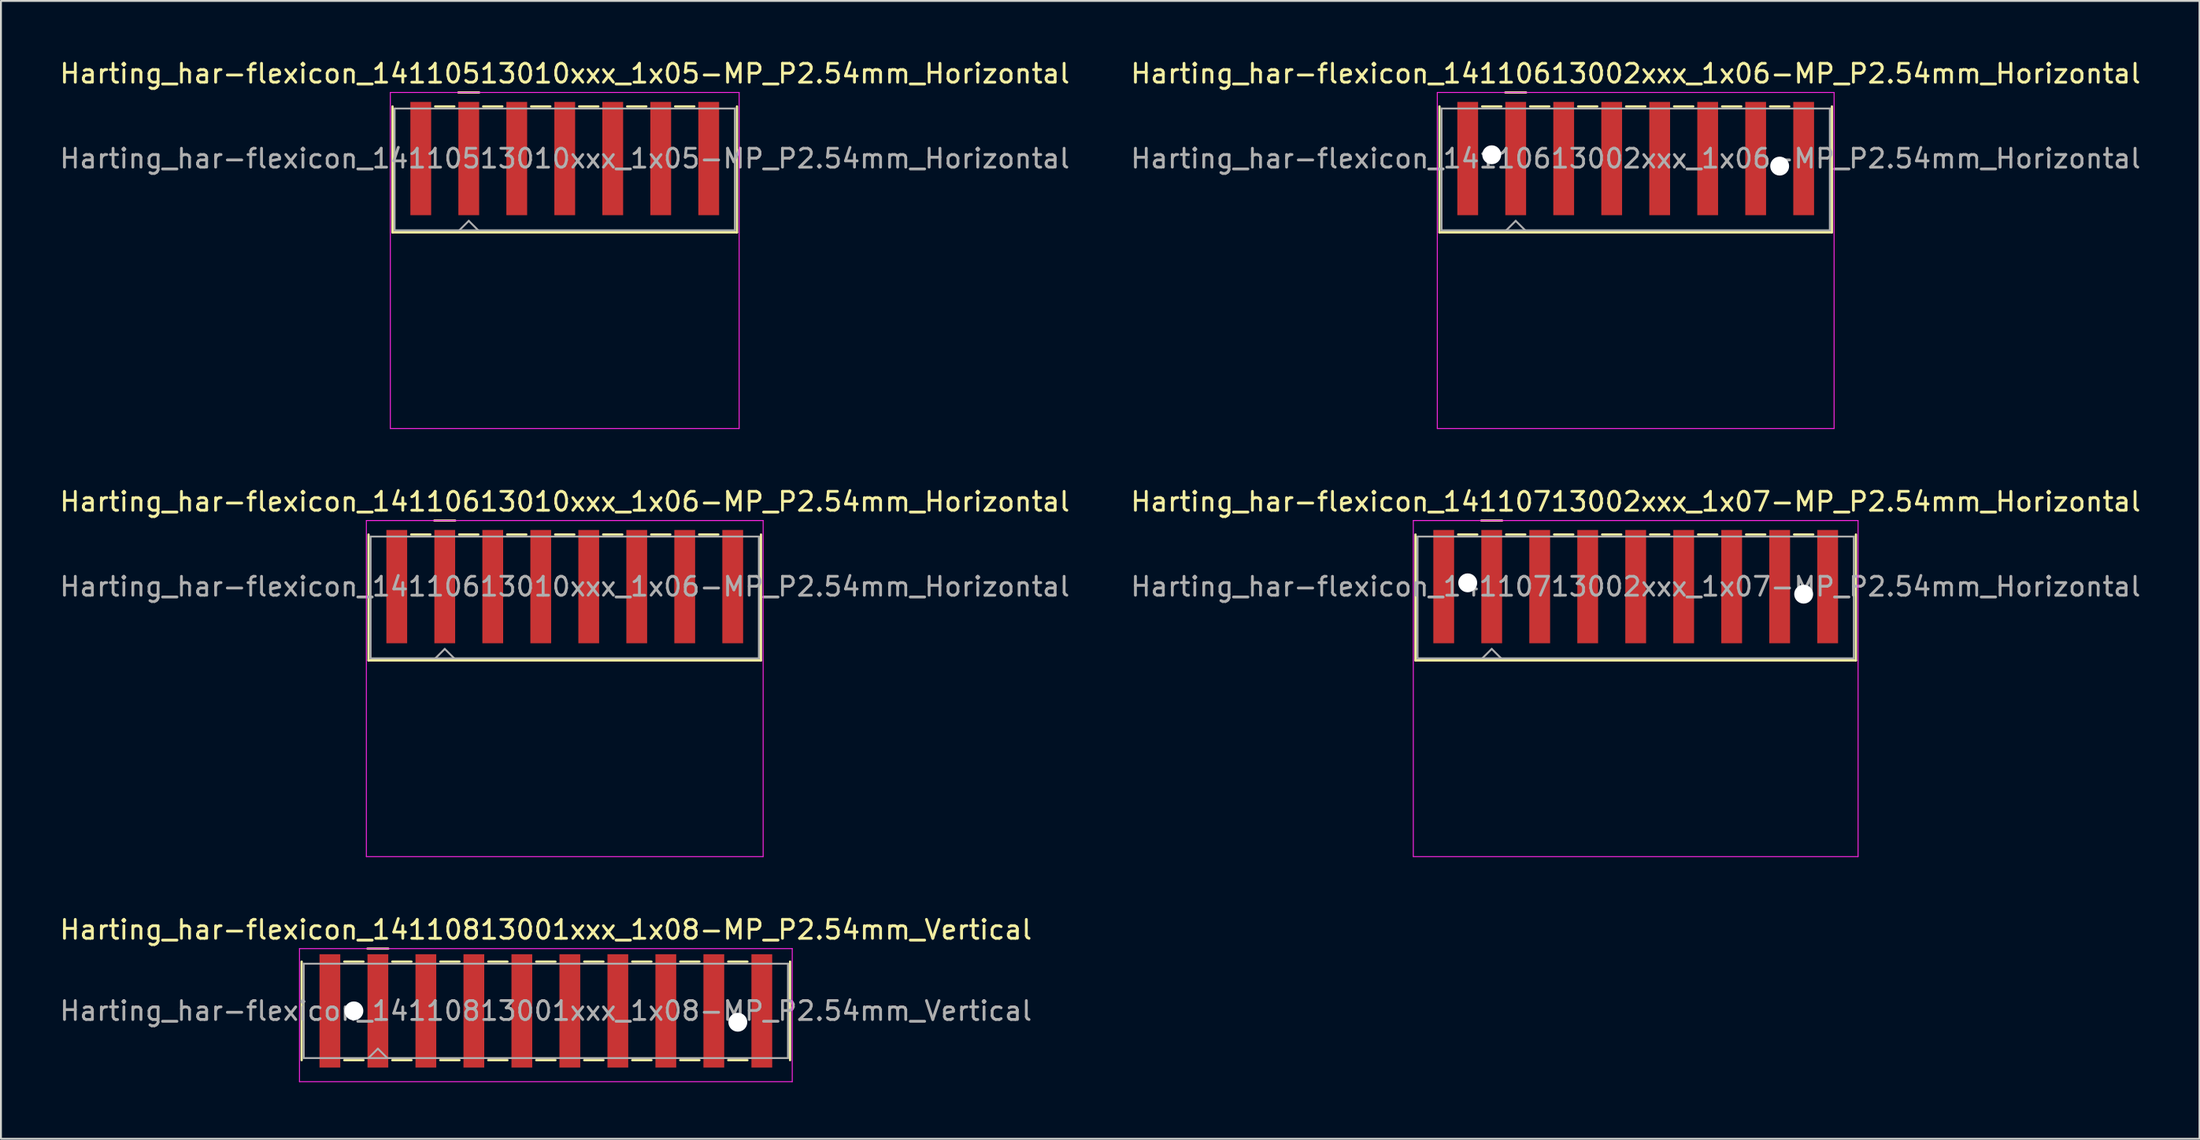
<source format=kicad_pcb>
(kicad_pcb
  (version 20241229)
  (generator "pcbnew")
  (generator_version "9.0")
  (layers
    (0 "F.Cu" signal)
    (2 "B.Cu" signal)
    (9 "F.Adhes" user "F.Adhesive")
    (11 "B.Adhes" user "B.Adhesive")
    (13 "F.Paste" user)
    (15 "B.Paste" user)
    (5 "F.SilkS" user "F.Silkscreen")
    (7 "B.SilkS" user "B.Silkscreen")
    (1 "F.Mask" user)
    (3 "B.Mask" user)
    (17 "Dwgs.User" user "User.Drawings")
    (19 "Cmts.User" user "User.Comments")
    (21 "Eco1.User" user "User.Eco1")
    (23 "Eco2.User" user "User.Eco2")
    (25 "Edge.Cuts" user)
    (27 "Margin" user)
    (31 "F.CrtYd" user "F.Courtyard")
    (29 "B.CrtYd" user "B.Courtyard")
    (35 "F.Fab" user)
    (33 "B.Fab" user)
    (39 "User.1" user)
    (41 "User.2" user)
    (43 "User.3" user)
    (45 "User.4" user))
  (footprint "Harting_har-flexicon_14110813001xxx_1x08-MP_P2.54mm_Vertical"
    (layer "F.Cu")
    (at 25.839 50.495)
    (property "Reference" "Harting_har-flexicon_14110813001xxx_1x08-MP_P2.54mm_Vertical" (at 0 -4.3 0) (layer "F.SilkS") (effects (font (size 1 1) (thickness 0.15))))
    (attr smd)
    (fp_line (start -12.925 -2.61) (end -12.925 2.61) (stroke (width 0.12) (type solid)) (layer "F.SilkS"))
    (fp_line (start -10.668 -2.61) (end -9.652 -2.61) (stroke (width 0.12) (type solid)) (layer "F.SilkS"))
    (fp_line (start -10.668 2.61) (end -9.652 2.61) (stroke (width 0.12) (type solid)) (layer "F.SilkS"))
    (fp_line (start -9.44 -3.3) (end -8.34 -3.3) (stroke (width 0.12) (type solid)) (layer "F.SilkS"))
    (fp_line (start -8.128 -2.61) (end -7.112 -2.61) (stroke (width 0.12) (type solid)) (layer "F.SilkS"))
    (fp_line (start -8.128 2.61) (end -7.112 2.61) (stroke (width 0.12) (type solid)) (layer "F.SilkS"))
    (fp_line (start -5.588 -2.61) (end -4.572 -2.61) (stroke (width 0.12) (type solid)) (layer "F.SilkS"))
    (fp_line (start -5.588 2.61) (end -4.572 2.61) (stroke (width 0.12) (type solid)) (layer "F.SilkS"))
    (fp_line (start -3.048 -2.61) (end -2.032 -2.61) (stroke (width 0.12) (type solid)) (layer "F.SilkS"))
    (fp_line (start -3.048 2.61) (end -2.032 2.61) (stroke (width 0.12) (type solid)) (layer "F.SilkS"))
    (fp_line (start -0.508 -2.61) (end 0.508 -2.61) (stroke (width 0.12) (type solid)) (layer "F.SilkS"))
    (fp_line (start -0.508 2.61) (end 0.508 2.61) (stroke (width 0.12) (type solid)) (layer "F.SilkS"))
    (fp_line (start 2.032 -2.61) (end 3.048 -2.61) (stroke (width 0.12) (type solid)) (layer "F.SilkS"))
    (fp_line (start 2.032 2.61) (end 3.048 2.61) (stroke (width 0.12) (type solid)) (layer "F.SilkS"))
    (fp_line (start 4.572 -2.61) (end 5.588 -2.61) (stroke (width 0.12) (type solid)) (layer "F.SilkS"))
    (fp_line (start 4.572 2.61) (end 5.588 2.61) (stroke (width 0.12) (type solid)) (layer "F.SilkS"))
    (fp_line (start 7.112 -2.61) (end 8.128 -2.61) (stroke (width 0.12) (type solid)) (layer "F.SilkS"))
    (fp_line (start 7.112 2.61) (end 8.128 2.61) (stroke (width 0.12) (type solid)) (layer "F.SilkS"))
    (fp_line (start 9.652 -2.61) (end 10.668 -2.61) (stroke (width 0.12) (type solid)) (layer "F.SilkS"))
    (fp_line (start 9.652 2.61) (end 10.668 2.61) (stroke (width 0.12) (type solid)) (layer "F.SilkS"))
    (fp_line (start 12.925 -2.61) (end 12.925 2.61) (stroke (width 0.12) (type solid)) (layer "F.SilkS"))
    (fp_line (start -13.04 -3.3) (end -13.04 3.75) (stroke (width 0.05) (type solid)) (layer "F.CrtYd"))
    (fp_line (start -13.04 3.75) (end 13.04 3.75) (stroke (width 0.05) (type solid)) (layer "F.CrtYd"))
    (fp_line (start 13.04 -3.3) (end -13.04 -3.3) (stroke (width 0.05) (type solid)) (layer "F.CrtYd"))
    (fp_line (start 13.04 3.75) (end 13.04 -3.3) (stroke (width 0.05) (type solid)) (layer "F.CrtYd"))
    (fp_line (start -12.815 -2.5) (end -12.815 2.5) (stroke (width 0.1) (type solid)) (layer "F.Fab"))
    (fp_line (start -12.815 2.5) (end 12.815 2.5) (stroke (width 0.1) (type solid)) (layer "F.Fab"))
    (fp_line (start -9.39 2.5) (end -8.89 2) (stroke (width 0.1) (type solid)) (layer "F.Fab"))
    (fp_line (start -8.89 2) (end -8.39 2.5) (stroke (width 0.1) (type solid)) (layer "F.Fab"))
    (fp_line (start 12.815 -2.5) (end -12.815 -2.5) (stroke (width 0.1) (type solid)) (layer "F.Fab"))
    (fp_line (start 12.815 2.5) (end 12.815 -2.5) (stroke (width 0.1) (type solid)) (layer "F.Fab"))
    (fp_text user "${REFERENCE}" (at 0 0 0) (layer "F.Fab") (effects (font (size 1 1) (thickness 0.15))))
    (pad "" np_thru_hole circle (at -10.16 0) (size 1 1) (drill 1) (layers "*.Cu" "*.Mask"))
    (pad "" np_thru_hole circle (at 10.16 0.6) (size 1 1) (drill 1) (layers "*.Cu" "*.Mask"))
    (pad "1" smd rect (at -8.89 0) (size 1.1 6) (layers "F.Cu" "F.Mask" "F.Paste"))
    (pad "2" smd rect (at -6.35 0) (size 1.1 6) (layers "F.Cu" "F.Mask" "F.Paste"))
    (pad "3" smd rect (at -3.81 0) (size 1.1 6) (layers "F.Cu" "F.Mask" "F.Paste"))
    (pad "4" smd rect (at -1.27 0) (size 1.1 6) (layers "F.Cu" "F.Mask" "F.Paste"))
    (pad "5" smd rect (at 1.27 0) (size 1.1 6) (layers "F.Cu" "F.Mask" "F.Paste"))
    (pad "6" smd rect (at 3.81 0) (size 1.1 6) (layers "F.Cu" "F.Mask" "F.Paste"))
    (pad "7" smd rect (at 6.35 0) (size 1.1 6) (layers "F.Cu" "F.Mask" "F.Paste"))
    (pad "8" smd rect (at 8.89 0) (size 1.1 6) (layers "F.Cu" "F.Mask" "F.Paste"))
    (pad "MP" smd rect (at -11.43 0) (size 1.1 6) (layers "F.Cu" "F.Mask" "F.Paste"))
    (pad "MP" smd rect (at 11.43 0) (size 1.1 6) (layers "F.Cu" "F.Mask" "F.Paste")))
  (footprint "Harting_har-flexicon_14110513010xxx_1x05-MP_P2.54mm_Horizontal"
    (layer "F.Cu")
    (at 26.839 6.648)
    (property "Reference" "Harting_har-flexicon_14110513010xxx_1x05-MP_P2.54mm_Horizontal" (at 0 -5.8 0) (layer "F.SilkS") (effects (font (size 1 1) (thickness 0.15))))
    (attr smd)
    (fp_line (start -9.115 -4.06) (end -9.115 2.61) (stroke (width 0.12) (type solid)) (layer "F.SilkS"))
    (fp_line (start -6.858 -4.06) (end -5.842 -4.06) (stroke (width 0.12) (type solid)) (layer "F.SilkS"))
    (fp_line (start -5.63 -4.8) (end -4.53 -4.8) (stroke (width 0.12) (type solid)) (layer "F.SilkS"))
    (fp_line (start -4.318 -4.06) (end -3.302 -4.06) (stroke (width 0.12) (type solid)) (layer "F.SilkS"))
    (fp_line (start -1.778 -4.06) (end -0.762 -4.06) (stroke (width 0.12) (type solid)) (layer "F.SilkS"))
    (fp_line (start 0.762 -4.06) (end 1.778 -4.06) (stroke (width 0.12) (type solid)) (layer "F.SilkS"))
    (fp_line (start 3.302 -4.06) (end 4.318 -4.06) (stroke (width 0.12) (type solid)) (layer "F.SilkS"))
    (fp_line (start 5.842 -4.06) (end 6.858 -4.06) (stroke (width 0.12) (type solid)) (layer "F.SilkS"))
    (fp_line (start 9.115 -4.06) (end 9.115 2.61) (stroke (width 0.12) (type solid)) (layer "F.SilkS"))
    (fp_line (start 9.115 2.61) (end -9.115 2.61) (stroke (width 0.12) (type solid)) (layer "F.SilkS"))
    (fp_line (start -9.23 -4.8) (end -9.23 13) (stroke (width 0.05) (type solid)) (layer "F.CrtYd"))
    (fp_line (start -9.23 13) (end 9.23 13) (stroke (width 0.05) (type solid)) (layer "F.CrtYd"))
    (fp_line (start 9.23 -4.8) (end -9.23 -4.8) (stroke (width 0.05) (type solid)) (layer "F.CrtYd"))
    (fp_line (start 9.23 13) (end 9.23 -4.8) (stroke (width 0.05) (type solid)) (layer "F.CrtYd"))
    (fp_line (start -9.005 -3.95) (end -9.005 2.5) (stroke (width 0.1) (type solid)) (layer "F.Fab"))
    (fp_line (start -9.005 2.5) (end 9.005 2.5) (stroke (width 0.1) (type solid)) (layer "F.Fab"))
    (fp_line (start -5.58 2.5) (end -5.08 2) (stroke (width 0.1) (type solid)) (layer "F.Fab"))
    (fp_line (start -5.08 2) (end -4.58 2.5) (stroke (width 0.1) (type solid)) (layer "F.Fab"))
    (fp_line (start 9.005 -3.95) (end -9.005 -3.95) (stroke (width 0.1) (type solid)) (layer "F.Fab"))
    (fp_line (start 9.005 2.5) (end 9.005 -3.95) (stroke (width 0.1) (type solid)) (layer "F.Fab"))
    (fp_text user "${REFERENCE}" (at 0 -1.3 0) (layer "F.Fab") (effects (font (size 1 1) (thickness 0.15))))
    (pad "1" smd rect (at -5.08 -1.3) (size 1.1 6) (layers "F.Cu" "F.Mask" "F.Paste"))
    (pad "2" smd rect (at -2.54 -1.3) (size 1.1 6) (layers "F.Cu" "F.Mask" "F.Paste"))
    (pad "3" smd rect (at 0 -1.3) (size 1.1 6) (layers "F.Cu" "F.Mask" "F.Paste"))
    (pad "4" smd rect (at 2.54 -1.3) (size 1.1 6) (layers "F.Cu" "F.Mask" "F.Paste"))
    (pad "5" smd rect (at 5.08 -1.3) (size 1.1 6) (layers "F.Cu" "F.Mask" "F.Paste"))
    (pad "MP" smd rect (at -7.62 -1.3) (size 1.1 6) (layers "F.Cu" "F.Mask" "F.Paste"))
    (pad "MP" smd rect (at 7.62 -1.3) (size 1.1 6) (layers "F.Cu" "F.Mask" "F.Paste")))
  (footprint "Harting_har-flexicon_14110613002xxx_1x06-MP_P2.54mm_Horizontal"
    (layer "F.Cu")
    (at 83.518 6.648)
    (property "Reference" "Harting_har-flexicon_14110613002xxx_1x06-MP_P2.54mm_Horizontal" (at 0 -5.8 0) (layer "F.SilkS") (effects (font (size 1 1) (thickness 0.15))))
    (attr smd)
    (fp_line (start -10.385 -4.06) (end -10.385 2.61) (stroke (width 0.12) (type solid)) (layer "F.SilkS"))
    (fp_line (start -8.128 -4.06) (end -7.112 -4.06) (stroke (width 0.12) (type solid)) (layer "F.SilkS"))
    (fp_line (start -6.9 -4.8) (end -5.8 -4.8) (stroke (width 0.12) (type solid)) (layer "F.SilkS"))
    (fp_line (start -5.588 -4.06) (end -4.572 -4.06) (stroke (width 0.12) (type solid)) (layer "F.SilkS"))
    (fp_line (start -3.048 -4.06) (end -2.032 -4.06) (stroke (width 0.12) (type solid)) (layer "F.SilkS"))
    (fp_line (start -0.508 -4.06) (end 0.508 -4.06) (stroke (width 0.12) (type solid)) (layer "F.SilkS"))
    (fp_line (start 2.032 -4.06) (end 3.048 -4.06) (stroke (width 0.12) (type solid)) (layer "F.SilkS"))
    (fp_line (start 4.572 -4.06) (end 5.588 -4.06) (stroke (width 0.12) (type solid)) (layer "F.SilkS"))
    (fp_line (start 7.112 -4.06) (end 8.128 -4.06) (stroke (width 0.12) (type solid)) (layer "F.SilkS"))
    (fp_line (start 10.385 -4.06) (end 10.385 2.61) (stroke (width 0.12) (type solid)) (layer "F.SilkS"))
    (fp_line (start 10.385 2.61) (end -10.385 2.61) (stroke (width 0.12) (type solid)) (layer "F.SilkS"))
    (fp_line (start -10.5 -4.8) (end -10.5 13) (stroke (width 0.05) (type solid)) (layer "F.CrtYd"))
    (fp_line (start -10.5 13) (end 10.5 13) (stroke (width 0.05) (type solid)) (layer "F.CrtYd"))
    (fp_line (start 10.5 -4.8) (end -10.5 -4.8) (stroke (width 0.05) (type solid)) (layer "F.CrtYd"))
    (fp_line (start 10.5 13) (end 10.5 -4.8) (stroke (width 0.05) (type solid)) (layer "F.CrtYd"))
    (fp_line (start -10.275 -3.95) (end -10.275 2.5) (stroke (width 0.1) (type solid)) (layer "F.Fab"))
    (fp_line (start -10.275 2.5) (end 10.275 2.5) (stroke (width 0.1) (type solid)) (layer "F.Fab"))
    (fp_line (start -6.85 2.5) (end -6.35 2) (stroke (width 0.1) (type solid)) (layer "F.Fab"))
    (fp_line (start -6.35 2) (end -5.85 2.5) (stroke (width 0.1) (type solid)) (layer "F.Fab"))
    (fp_line (start 10.275 -3.95) (end -10.275 -3.95) (stroke (width 0.1) (type solid)) (layer "F.Fab"))
    (fp_line (start 10.275 2.5) (end 10.275 -3.95) (stroke (width 0.1) (type solid)) (layer "F.Fab"))
    (fp_text user "${REFERENCE}" (at 0 -1.3 0) (layer "F.Fab") (effects (font (size 1 1) (thickness 0.15))))
    (pad "" np_thru_hole circle (at -7.62 -1.5) (size 1 1) (drill 1) (layers "*.Cu" "*.Mask"))
    (pad "" np_thru_hole circle (at 7.62 -0.9) (size 1 1) (drill 1) (layers "*.Cu" "*.Mask"))
    (pad "1" smd rect (at -6.35 -1.3) (size 1.1 6) (layers "F.Cu" "F.Mask" "F.Paste"))
    (pad "2" smd rect (at -3.81 -1.3) (size 1.1 6) (layers "F.Cu" "F.Mask" "F.Paste"))
    (pad "3" smd rect (at -1.27 -1.3) (size 1.1 6) (layers "F.Cu" "F.Mask" "F.Paste"))
    (pad "4" smd rect (at 1.27 -1.3) (size 1.1 6) (layers "F.Cu" "F.Mask" "F.Paste"))
    (pad "5" smd rect (at 3.81 -1.3) (size 1.1 6) (layers "F.Cu" "F.Mask" "F.Paste"))
    (pad "6" smd rect (at 6.35 -1.3) (size 1.1 6) (layers "F.Cu" "F.Mask" "F.Paste"))
    (pad "MP" smd rect (at -8.89 -1.3) (size 1.1 6) (layers "F.Cu" "F.Mask" "F.Paste"))
    (pad "MP" smd rect (at 8.89 -1.3) (size 1.1 6) (layers "F.Cu" "F.Mask" "F.Paste")))
  (footprint "Harting_har-flexicon_14110613010xxx_1x06-MP_P2.54mm_Horizontal"
    (layer "F.Cu")
    (at 26.839 29.322)
    (property "Reference" "Harting_har-flexicon_14110613010xxx_1x06-MP_P2.54mm_Horizontal" (at 0 -5.8 0) (layer "F.SilkS") (effects (font (size 1 1) (thickness 0.15))))
    (attr smd)
    (fp_line (start -10.385 -4.06) (end -10.385 2.61) (stroke (width 0.12) (type solid)) (layer "F.SilkS"))
    (fp_line (start -8.128 -4.06) (end -7.112 -4.06) (stroke (width 0.12) (type solid)) (layer "F.SilkS"))
    (fp_line (start -6.9 -4.8) (end -5.8 -4.8) (stroke (width 0.12) (type solid)) (layer "F.SilkS"))
    (fp_line (start -5.588 -4.06) (end -4.572 -4.06) (stroke (width 0.12) (type solid)) (layer "F.SilkS"))
    (fp_line (start -3.048 -4.06) (end -2.032 -4.06) (stroke (width 0.12) (type solid)) (layer "F.SilkS"))
    (fp_line (start -0.508 -4.06) (end 0.508 -4.06) (stroke (width 0.12) (type solid)) (layer "F.SilkS"))
    (fp_line (start 2.032 -4.06) (end 3.048 -4.06) (stroke (width 0.12) (type solid)) (layer "F.SilkS"))
    (fp_line (start 4.572 -4.06) (end 5.588 -4.06) (stroke (width 0.12) (type solid)) (layer "F.SilkS"))
    (fp_line (start 7.112 -4.06) (end 8.128 -4.06) (stroke (width 0.12) (type solid)) (layer "F.SilkS"))
    (fp_line (start 10.385 -4.06) (end 10.385 2.61) (stroke (width 0.12) (type solid)) (layer "F.SilkS"))
    (fp_line (start 10.385 2.61) (end -10.385 2.61) (stroke (width 0.12) (type solid)) (layer "F.SilkS"))
    (fp_line (start -10.5 -4.8) (end -10.5 13) (stroke (width 0.05) (type solid)) (layer "F.CrtYd"))
    (fp_line (start -10.5 13) (end 10.5 13) (stroke (width 0.05) (type solid)) (layer "F.CrtYd"))
    (fp_line (start 10.5 -4.8) (end -10.5 -4.8) (stroke (width 0.05) (type solid)) (layer "F.CrtYd"))
    (fp_line (start 10.5 13) (end 10.5 -4.8) (stroke (width 0.05) (type solid)) (layer "F.CrtYd"))
    (fp_line (start -10.275 -3.95) (end -10.275 2.5) (stroke (width 0.1) (type solid)) (layer "F.Fab"))
    (fp_line (start -10.275 2.5) (end 10.275 2.5) (stroke (width 0.1) (type solid)) (layer "F.Fab"))
    (fp_line (start -6.85 2.5) (end -6.35 2) (stroke (width 0.1) (type solid)) (layer "F.Fab"))
    (fp_line (start -6.35 2) (end -5.85 2.5) (stroke (width 0.1) (type solid)) (layer "F.Fab"))
    (fp_line (start 10.275 -3.95) (end -10.275 -3.95) (stroke (width 0.1) (type solid)) (layer "F.Fab"))
    (fp_line (start 10.275 2.5) (end 10.275 -3.95) (stroke (width 0.1) (type solid)) (layer "F.Fab"))
    (fp_text user "${REFERENCE}" (at 0 -1.3 0) (layer "F.Fab") (effects (font (size 1 1) (thickness 0.15))))
    (pad "1" smd rect (at -6.35 -1.3) (size 1.1 6) (layers "F.Cu" "F.Mask" "F.Paste"))
    (pad "2" smd rect (at -3.81 -1.3) (size 1.1 6) (layers "F.Cu" "F.Mask" "F.Paste"))
    (pad "3" smd rect (at -1.27 -1.3) (size 1.1 6) (layers "F.Cu" "F.Mask" "F.Paste"))
    (pad "4" smd rect (at 1.27 -1.3) (size 1.1 6) (layers "F.Cu" "F.Mask" "F.Paste"))
    (pad "5" smd rect (at 3.81 -1.3) (size 1.1 6) (layers "F.Cu" "F.Mask" "F.Paste"))
    (pad "6" smd rect (at 6.35 -1.3) (size 1.1 6) (layers "F.Cu" "F.Mask" "F.Paste"))
    (pad "MP" smd rect (at -8.89 -1.3) (size 1.1 6) (layers "F.Cu" "F.Mask" "F.Paste"))
    (pad "MP" smd rect (at 8.89 -1.3) (size 1.1 6) (layers "F.Cu" "F.Mask" "F.Paste")))
  (footprint "Harting_har-flexicon_14110713002xxx_1x07-MP_P2.54mm_Horizontal"
    (layer "F.Cu")
    (at 83.518 29.322)
    (property "Reference" "Harting_har-flexicon_14110713002xxx_1x07-MP_P2.54mm_Horizontal" (at 0 -5.8 0) (layer "F.SilkS") (effects (font (size 1 1) (thickness 0.15))))
    (attr smd)
    (fp_line (start -11.655 -4.06) (end -11.655 2.61) (stroke (width 0.12) (type solid)) (layer "F.SilkS"))
    (fp_line (start -9.398 -4.06) (end -8.382 -4.06) (stroke (width 0.12) (type solid)) (layer "F.SilkS"))
    (fp_line (start -8.17 -4.8) (end -7.07 -4.8) (stroke (width 0.12) (type solid)) (layer "F.SilkS"))
    (fp_line (start -6.858 -4.06) (end -5.842 -4.06) (stroke (width 0.12) (type solid)) (layer "F.SilkS"))
    (fp_line (start -4.318 -4.06) (end -3.302 -4.06) (stroke (width 0.12) (type solid)) (layer "F.SilkS"))
    (fp_line (start -1.778 -4.06) (end -0.762 -4.06) (stroke (width 0.12) (type solid)) (layer "F.SilkS"))
    (fp_line (start 0.762 -4.06) (end 1.778 -4.06) (stroke (width 0.12) (type solid)) (layer "F.SilkS"))
    (fp_line (start 3.302 -4.06) (end 4.318 -4.06) (stroke (width 0.12) (type solid)) (layer "F.SilkS"))
    (fp_line (start 5.842 -4.06) (end 6.858 -4.06) (stroke (width 0.12) (type solid)) (layer "F.SilkS"))
    (fp_line (start 8.382 -4.06) (end 9.398 -4.06) (stroke (width 0.12) (type solid)) (layer "F.SilkS"))
    (fp_line (start 11.655 -4.06) (end 11.655 2.61) (stroke (width 0.12) (type solid)) (layer "F.SilkS"))
    (fp_line (start 11.655 2.61) (end -11.655 2.61) (stroke (width 0.12) (type solid)) (layer "F.SilkS"))
    (fp_line (start -11.77 -4.8) (end -11.77 13) (stroke (width 0.05) (type solid)) (layer "F.CrtYd"))
    (fp_line (start -11.77 13) (end 11.77 13) (stroke (width 0.05) (type solid)) (layer "F.CrtYd"))
    (fp_line (start 11.77 -4.8) (end -11.77 -4.8) (stroke (width 0.05) (type solid)) (layer "F.CrtYd"))
    (fp_line (start 11.77 13) (end 11.77 -4.8) (stroke (width 0.05) (type solid)) (layer "F.CrtYd"))
    (fp_line (start -11.545 -3.95) (end -11.545 2.5) (stroke (width 0.1) (type solid)) (layer "F.Fab"))
    (fp_line (start -11.545 2.5) (end 11.545 2.5) (stroke (width 0.1) (type solid)) (layer "F.Fab"))
    (fp_line (start -8.12 2.5) (end -7.62 2) (stroke (width 0.1) (type solid)) (layer "F.Fab"))
    (fp_line (start -7.62 2) (end -7.12 2.5) (stroke (width 0.1) (type solid)) (layer "F.Fab"))
    (fp_line (start 11.545 -3.95) (end -11.545 -3.95) (stroke (width 0.1) (type solid)) (layer "F.Fab"))
    (fp_line (start 11.545 2.5) (end 11.545 -3.95) (stroke (width 0.1) (type solid)) (layer "F.Fab"))
    (fp_text user "${REFERENCE}" (at 0 -1.3 0) (layer "F.Fab") (effects (font (size 1 1) (thickness 0.15))))
    (pad "" np_thru_hole circle (at -8.89 -1.5) (size 1 1) (drill 1) (layers "*.Cu" "*.Mask"))
    (pad "" np_thru_hole circle (at 8.89 -0.9) (size 1 1) (drill 1) (layers "*.Cu" "*.Mask"))
    (pad "1" smd rect (at -7.62 -1.3) (size 1.1 6) (layers "F.Cu" "F.Mask" "F.Paste"))
    (pad "2" smd rect (at -5.08 -1.3) (size 1.1 6) (layers "F.Cu" "F.Mask" "F.Paste"))
    (pad "3" smd rect (at -2.54 -1.3) (size 1.1 6) (layers "F.Cu" "F.Mask" "F.Paste"))
    (pad "4" smd rect (at 0 -1.3) (size 1.1 6) (layers "F.Cu" "F.Mask" "F.Paste"))
    (pad "5" smd rect (at 2.54 -1.3) (size 1.1 6) (layers "F.Cu" "F.Mask" "F.Paste"))
    (pad "6" smd rect (at 5.08 -1.3) (size 1.1 6) (layers "F.Cu" "F.Mask" "F.Paste"))
    (pad "7" smd rect (at 7.62 -1.3) (size 1.1 6) (layers "F.Cu" "F.Mask" "F.Paste"))
    (pad "MP" smd rect (at -10.16 -1.3) (size 1.1 6) (layers "F.Cu" "F.Mask" "F.Paste"))
    (pad "MP" smd rect (at 10.16 -1.3) (size 1.1 6) (layers "F.Cu" "F.Mask" "F.Paste")))
  (gr_rect
    (start -3 -3)
    (end 113.357 57.27)
    (stroke (width 0.1) (type default))
    (fill no)
    (layer "Edge.Cuts")))
</source>
